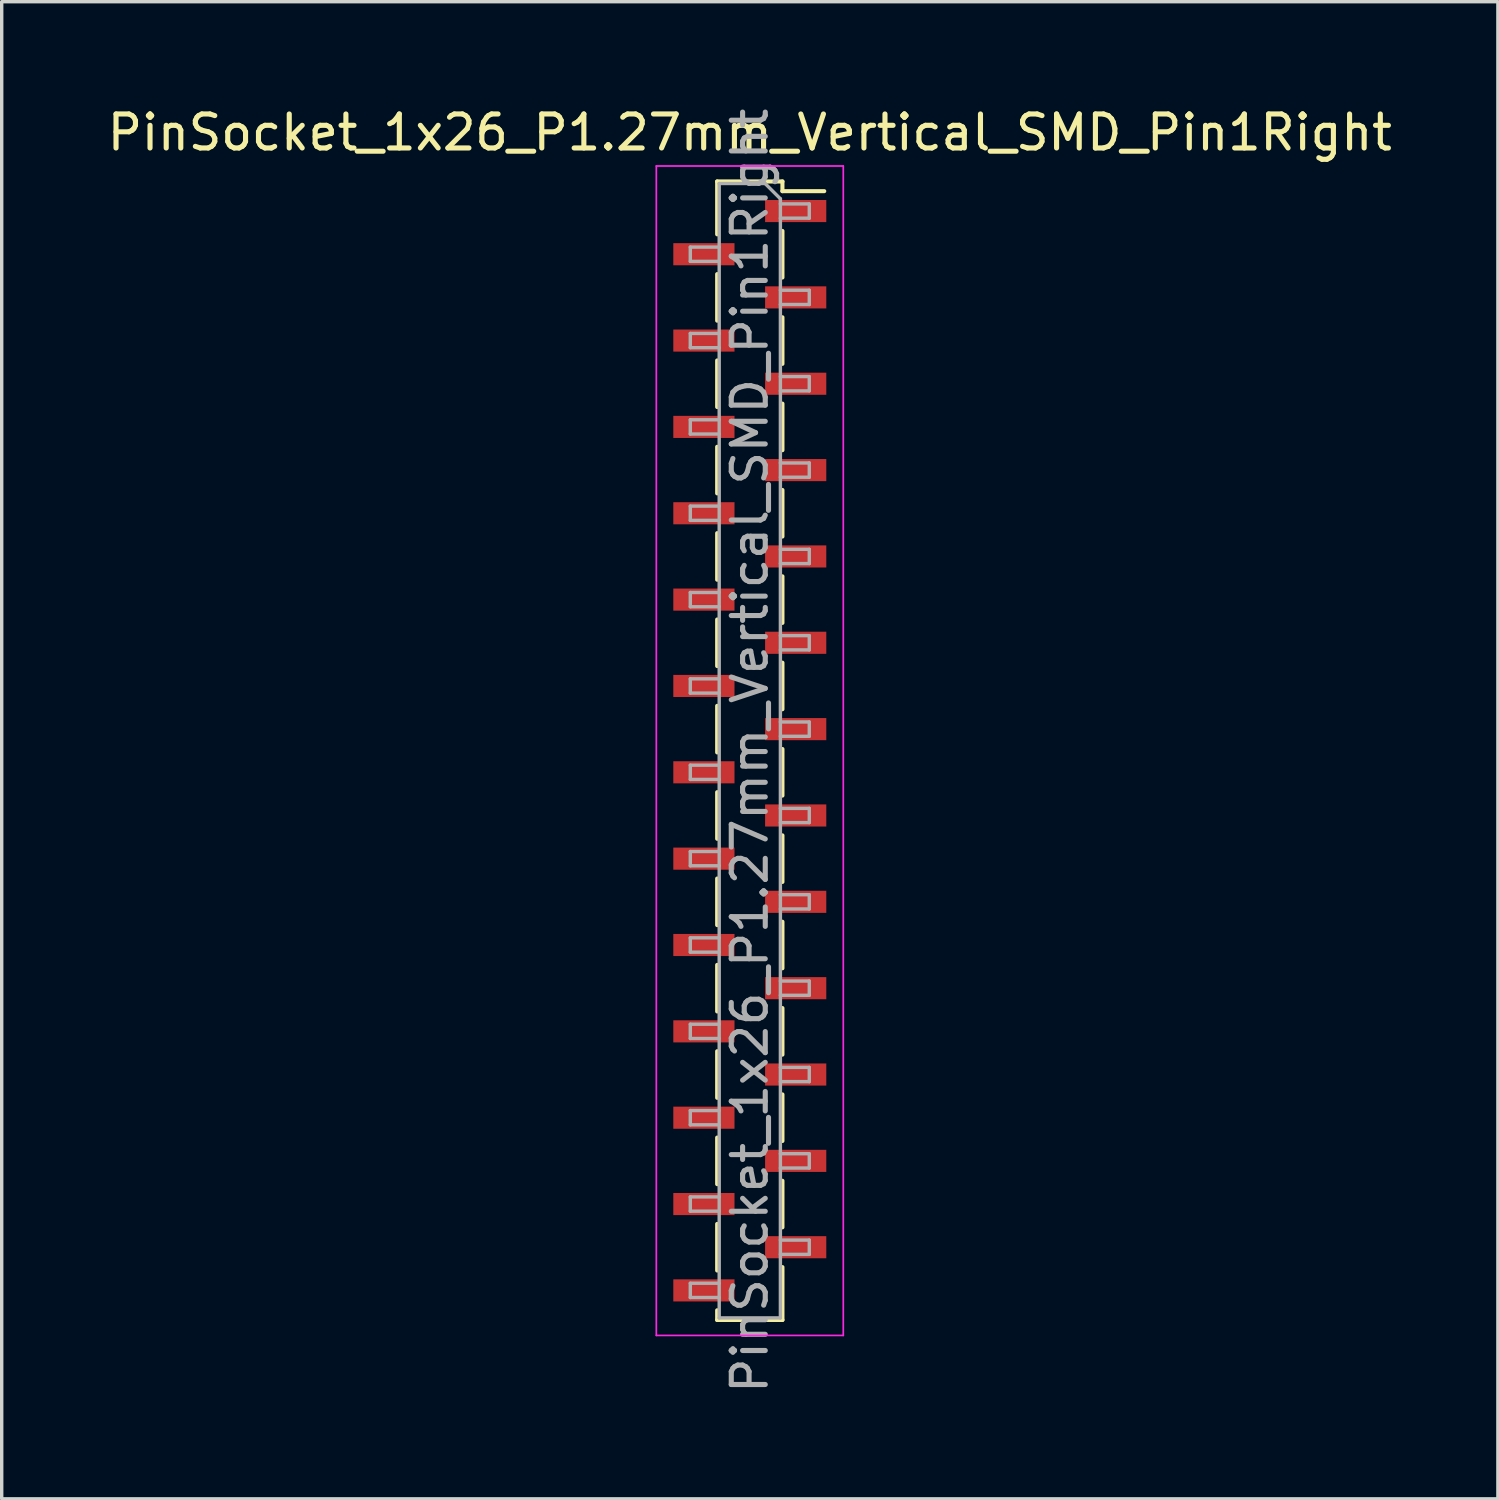
<source format=kicad_pcb>
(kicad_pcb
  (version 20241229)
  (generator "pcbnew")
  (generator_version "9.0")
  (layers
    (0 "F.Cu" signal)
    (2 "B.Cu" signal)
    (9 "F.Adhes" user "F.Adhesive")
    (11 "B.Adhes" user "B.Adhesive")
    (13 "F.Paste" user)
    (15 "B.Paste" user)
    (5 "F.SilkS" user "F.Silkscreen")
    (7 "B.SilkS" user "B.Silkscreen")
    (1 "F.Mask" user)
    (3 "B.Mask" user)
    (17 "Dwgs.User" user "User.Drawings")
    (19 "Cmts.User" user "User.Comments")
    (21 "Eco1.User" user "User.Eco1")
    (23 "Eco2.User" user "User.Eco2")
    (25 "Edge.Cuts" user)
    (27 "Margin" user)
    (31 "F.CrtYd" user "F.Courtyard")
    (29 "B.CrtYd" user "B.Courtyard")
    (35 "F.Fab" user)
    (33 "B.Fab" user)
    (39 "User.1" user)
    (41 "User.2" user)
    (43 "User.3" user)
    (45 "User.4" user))
  (footprint "PinSocket_1x26_P1.27mm_Vertical_SMD_Pin1Right"
    (layer "F.Cu")
    (at 19.006 19.033)
    (property "Reference" "PinSocket_1x26_P1.27mm_Vertical_SMD_Pin1Right" (at 0 -18.185 0) (layer "F.SilkS") (effects (font (size 1 1) (thickness 0.15))))
    (attr smd)
    (fp_line (start -0.96 -16.745) (end -0.96 -15.19) (stroke (width 0.12) (type solid)) (layer "F.SilkS"))
    (fp_line (start -0.96 -16.745) (end 0.96 -16.745) (stroke (width 0.12) (type solid)) (layer "F.SilkS"))
    (fp_line (start -0.96 -14.02) (end -0.96 -12.65) (stroke (width 0.12) (type solid)) (layer "F.SilkS"))
    (fp_line (start -0.96 -11.48) (end -0.96 -10.11) (stroke (width 0.12) (type solid)) (layer "F.SilkS"))
    (fp_line (start -0.96 -8.94) (end -0.96 -7.57) (stroke (width 0.12) (type solid)) (layer "F.SilkS"))
    (fp_line (start -0.96 -6.4) (end -0.96 -5.03) (stroke (width 0.12) (type solid)) (layer "F.SilkS"))
    (fp_line (start -0.96 -3.86) (end -0.96 -2.49) (stroke (width 0.12) (type solid)) (layer "F.SilkS"))
    (fp_line (start -0.96 -1.32) (end -0.96 0.05) (stroke (width 0.12) (type solid)) (layer "F.SilkS"))
    (fp_line (start -0.96 1.22) (end -0.96 2.59) (stroke (width 0.12) (type solid)) (layer "F.SilkS"))
    (fp_line (start -0.96 3.76) (end -0.96 5.13) (stroke (width 0.12) (type solid)) (layer "F.SilkS"))
    (fp_line (start -0.96 6.3) (end -0.96 7.67) (stroke (width 0.12) (type solid)) (layer "F.SilkS"))
    (fp_line (start -0.96 8.84) (end -0.96 10.21) (stroke (width 0.12) (type solid)) (layer "F.SilkS"))
    (fp_line (start -0.96 11.38) (end -0.96 12.75) (stroke (width 0.12) (type solid)) (layer "F.SilkS"))
    (fp_line (start -0.96 13.92) (end -0.96 15.29) (stroke (width 0.12) (type solid)) (layer "F.SilkS"))
    (fp_line (start -0.96 16.46) (end -0.96 16.745) (stroke (width 0.12) (type solid)) (layer "F.SilkS"))
    (fp_line (start -0.96 16.745) (end 0.96 16.745) (stroke (width 0.12) (type solid)) (layer "F.SilkS"))
    (fp_line (start 0.96 -16.745) (end 0.96 -16.46) (stroke (width 0.12) (type solid)) (layer "F.SilkS"))
    (fp_line (start 0.96 -16.46) (end 2.19 -16.46) (stroke (width 0.12) (type solid)) (layer "F.SilkS"))
    (fp_line (start 0.96 -15.29) (end 0.96 -13.92) (stroke (width 0.12) (type solid)) (layer "F.SilkS"))
    (fp_line (start 0.96 -12.75) (end 0.96 -11.38) (stroke (width 0.12) (type solid)) (layer "F.SilkS"))
    (fp_line (start 0.96 -10.21) (end 0.96 -8.84) (stroke (width 0.12) (type solid)) (layer "F.SilkS"))
    (fp_line (start 0.96 -7.67) (end 0.96 -6.3) (stroke (width 0.12) (type solid)) (layer "F.SilkS"))
    (fp_line (start 0.96 -5.13) (end 0.96 -3.76) (stroke (width 0.12) (type solid)) (layer "F.SilkS"))
    (fp_line (start 0.96 -2.59) (end 0.96 -1.22) (stroke (width 0.12) (type solid)) (layer "F.SilkS"))
    (fp_line (start 0.96 -0.05) (end 0.96 1.32) (stroke (width 0.12) (type solid)) (layer "F.SilkS"))
    (fp_line (start 0.96 2.49) (end 0.96 3.86) (stroke (width 0.12) (type solid)) (layer "F.SilkS"))
    (fp_line (start 0.96 5.03) (end 0.96 6.4) (stroke (width 0.12) (type solid)) (layer "F.SilkS"))
    (fp_line (start 0.96 7.57) (end 0.96 8.94) (stroke (width 0.12) (type solid)) (layer "F.SilkS"))
    (fp_line (start 0.96 10.11) (end 0.96 11.48) (stroke (width 0.12) (type solid)) (layer "F.SilkS"))
    (fp_line (start 0.96 12.65) (end 0.96 14.02) (stroke (width 0.12) (type solid)) (layer "F.SilkS"))
    (fp_line (start 0.96 15.19) (end 0.96 16.745) (stroke (width 0.12) (type solid)) (layer "F.SilkS"))
    (fp_line (start -2.75 -17.2) (end 2.75 -17.2) (stroke (width 0.05) (type solid)) (layer "F.CrtYd"))
    (fp_line (start -2.75 17.2) (end -2.75 -17.2) (stroke (width 0.05) (type solid)) (layer "F.CrtYd"))
    (fp_line (start 2.75 -17.2) (end 2.75 17.2) (stroke (width 0.05) (type solid)) (layer "F.CrtYd"))
    (fp_line (start 2.75 17.2) (end -2.75 17.2) (stroke (width 0.05) (type solid)) (layer "F.CrtYd"))
    (fp_line (start -1.75 -14.815) (end -0.9 -14.815) (stroke (width 0.1) (type solid)) (layer "F.Fab"))
    (fp_line (start -1.75 -14.395) (end -1.75 -14.815) (stroke (width 0.1) (type solid)) (layer "F.Fab"))
    (fp_line (start -1.75 -12.275) (end -0.9 -12.275) (stroke (width 0.1) (type solid)) (layer "F.Fab"))
    (fp_line (start -1.75 -11.855) (end -1.75 -12.275) (stroke (width 0.1) (type solid)) (layer "F.Fab"))
    (fp_line (start -1.75 -9.735) (end -0.9 -9.735) (stroke (width 0.1) (type solid)) (layer "F.Fab"))
    (fp_line (start -1.75 -9.315) (end -1.75 -9.735) (stroke (width 0.1) (type solid)) (layer "F.Fab"))
    (fp_line (start -1.75 -7.195) (end -0.9 -7.195) (stroke (width 0.1) (type solid)) (layer "F.Fab"))
    (fp_line (start -1.75 -6.775) (end -1.75 -7.195) (stroke (width 0.1) (type solid)) (layer "F.Fab"))
    (fp_line (start -1.75 -4.655) (end -0.9 -4.655) (stroke (width 0.1) (type solid)) (layer "F.Fab"))
    (fp_line (start -1.75 -4.235) (end -1.75 -4.655) (stroke (width 0.1) (type solid)) (layer "F.Fab"))
    (fp_line (start -1.75 -2.115) (end -0.9 -2.115) (stroke (width 0.1) (type solid)) (layer "F.Fab"))
    (fp_line (start -1.75 -1.695) (end -1.75 -2.115) (stroke (width 0.1) (type solid)) (layer "F.Fab"))
    (fp_line (start -1.75 0.425) (end -0.9 0.425) (stroke (width 0.1) (type solid)) (layer "F.Fab"))
    (fp_line (start -1.75 0.845) (end -1.75 0.425) (stroke (width 0.1) (type solid)) (layer "F.Fab"))
    (fp_line (start -1.75 2.965) (end -0.9 2.965) (stroke (width 0.1) (type solid)) (layer "F.Fab"))
    (fp_line (start -1.75 3.385) (end -1.75 2.965) (stroke (width 0.1) (type solid)) (layer "F.Fab"))
    (fp_line (start -1.75 5.505) (end -0.9 5.505) (stroke (width 0.1) (type solid)) (layer "F.Fab"))
    (fp_line (start -1.75 5.925) (end -1.75 5.505) (stroke (width 0.1) (type solid)) (layer "F.Fab"))
    (fp_line (start -1.75 8.045) (end -0.9 8.045) (stroke (width 0.1) (type solid)) (layer "F.Fab"))
    (fp_line (start -1.75 8.465) (end -1.75 8.045) (stroke (width 0.1) (type solid)) (layer "F.Fab"))
    (fp_line (start -1.75 10.585) (end -0.9 10.585) (stroke (width 0.1) (type solid)) (layer "F.Fab"))
    (fp_line (start -1.75 11.005) (end -1.75 10.585) (stroke (width 0.1) (type solid)) (layer "F.Fab"))
    (fp_line (start -1.75 13.125) (end -0.9 13.125) (stroke (width 0.1) (type solid)) (layer "F.Fab"))
    (fp_line (start -1.75 13.545) (end -1.75 13.125) (stroke (width 0.1) (type solid)) (layer "F.Fab"))
    (fp_line (start -1.75 15.665) (end -0.9 15.665) (stroke (width 0.1) (type solid)) (layer "F.Fab"))
    (fp_line (start -1.75 16.085) (end -1.75 15.665) (stroke (width 0.1) (type solid)) (layer "F.Fab"))
    (fp_line (start -0.9 -16.685) (end 0.45 -16.685) (stroke (width 0.1) (type solid)) (layer "F.Fab"))
    (fp_line (start -0.9 -14.395) (end -1.75 -14.395) (stroke (width 0.1) (type solid)) (layer "F.Fab"))
    (fp_line (start -0.9 -11.855) (end -1.75 -11.855) (stroke (width 0.1) (type solid)) (layer "F.Fab"))
    (fp_line (start -0.9 -9.315) (end -1.75 -9.315) (stroke (width 0.1) (type solid)) (layer "F.Fab"))
    (fp_line (start -0.9 -6.775) (end -1.75 -6.775) (stroke (width 0.1) (type solid)) (layer "F.Fab"))
    (fp_line (start -0.9 -4.235) (end -1.75 -4.235) (stroke (width 0.1) (type solid)) (layer "F.Fab"))
    (fp_line (start -0.9 -1.695) (end -1.75 -1.695) (stroke (width 0.1) (type solid)) (layer "F.Fab"))
    (fp_line (start -0.9 0.845) (end -1.75 0.845) (stroke (width 0.1) (type solid)) (layer "F.Fab"))
    (fp_line (start -0.9 3.385) (end -1.75 3.385) (stroke (width 0.1) (type solid)) (layer "F.Fab"))
    (fp_line (start -0.9 5.925) (end -1.75 5.925) (stroke (width 0.1) (type solid)) (layer "F.Fab"))
    (fp_line (start -0.9 8.465) (end -1.75 8.465) (stroke (width 0.1) (type solid)) (layer "F.Fab"))
    (fp_line (start -0.9 11.005) (end -1.75 11.005) (stroke (width 0.1) (type solid)) (layer "F.Fab"))
    (fp_line (start -0.9 13.545) (end -1.75 13.545) (stroke (width 0.1) (type solid)) (layer "F.Fab"))
    (fp_line (start -0.9 16.085) (end -1.75 16.085) (stroke (width 0.1) (type solid)) (layer "F.Fab"))
    (fp_line (start -0.9 16.685) (end -0.9 -16.685) (stroke (width 0.1) (type solid)) (layer "F.Fab"))
    (fp_line (start 0.45 -16.685) (end 0.9 -16.235) (stroke (width 0.1) (type solid)) (layer "F.Fab"))
    (fp_line (start 0.9 -16.235) (end 0.9 16.685) (stroke (width 0.1) (type solid)) (layer "F.Fab"))
    (fp_line (start 0.9 -16.085) (end 1.75 -16.085) (stroke (width 0.1) (type solid)) (layer "F.Fab"))
    (fp_line (start 0.9 -13.545) (end 1.75 -13.545) (stroke (width 0.1) (type solid)) (layer "F.Fab"))
    (fp_line (start 0.9 -11.005) (end 1.75 -11.005) (stroke (width 0.1) (type solid)) (layer "F.Fab"))
    (fp_line (start 0.9 -8.465) (end 1.75 -8.465) (stroke (width 0.1) (type solid)) (layer "F.Fab"))
    (fp_line (start 0.9 -5.925) (end 1.75 -5.925) (stroke (width 0.1) (type solid)) (layer "F.Fab"))
    (fp_line (start 0.9 -3.385) (end 1.75 -3.385) (stroke (width 0.1) (type solid)) (layer "F.Fab"))
    (fp_line (start 0.9 -0.845) (end 1.75 -0.845) (stroke (width 0.1) (type solid)) (layer "F.Fab"))
    (fp_line (start 0.9 1.695) (end 1.75 1.695) (stroke (width 0.1) (type solid)) (layer "F.Fab"))
    (fp_line (start 0.9 4.235) (end 1.75 4.235) (stroke (width 0.1) (type solid)) (layer "F.Fab"))
    (fp_line (start 0.9 6.775) (end 1.75 6.775) (stroke (width 0.1) (type solid)) (layer "F.Fab"))
    (fp_line (start 0.9 9.315) (end 1.75 9.315) (stroke (width 0.1) (type solid)) (layer "F.Fab"))
    (fp_line (start 0.9 11.855) (end 1.75 11.855) (stroke (width 0.1) (type solid)) (layer "F.Fab"))
    (fp_line (start 0.9 14.395) (end 1.75 14.395) (stroke (width 0.1) (type solid)) (layer "F.Fab"))
    (fp_line (start 0.9 16.685) (end -0.9 16.685) (stroke (width 0.1) (type solid)) (layer "F.Fab"))
    (fp_line (start 1.75 -16.085) (end 1.75 -15.665) (stroke (width 0.1) (type solid)) (layer "F.Fab"))
    (fp_line (start 1.75 -15.665) (end 0.9 -15.665) (stroke (width 0.1) (type solid)) (layer "F.Fab"))
    (fp_line (start 1.75 -13.545) (end 1.75 -13.125) (stroke (width 0.1) (type solid)) (layer "F.Fab"))
    (fp_line (start 1.75 -13.125) (end 0.9 -13.125) (stroke (width 0.1) (type solid)) (layer "F.Fab"))
    (fp_line (start 1.75 -11.005) (end 1.75 -10.585) (stroke (width 0.1) (type solid)) (layer "F.Fab"))
    (fp_line (start 1.75 -10.585) (end 0.9 -10.585) (stroke (width 0.1) (type solid)) (layer "F.Fab"))
    (fp_line (start 1.75 -8.465) (end 1.75 -8.045) (stroke (width 0.1) (type solid)) (layer "F.Fab"))
    (fp_line (start 1.75 -8.045) (end 0.9 -8.045) (stroke (width 0.1) (type solid)) (layer "F.Fab"))
    (fp_line (start 1.75 -5.925) (end 1.75 -5.505) (stroke (width 0.1) (type solid)) (layer "F.Fab"))
    (fp_line (start 1.75 -5.505) (end 0.9 -5.505) (stroke (width 0.1) (type solid)) (layer "F.Fab"))
    (fp_line (start 1.75 -3.385) (end 1.75 -2.965) (stroke (width 0.1) (type solid)) (layer "F.Fab"))
    (fp_line (start 1.75 -2.965) (end 0.9 -2.965) (stroke (width 0.1) (type solid)) (layer "F.Fab"))
    (fp_line (start 1.75 -0.845) (end 1.75 -0.425) (stroke (width 0.1) (type solid)) (layer "F.Fab"))
    (fp_line (start 1.75 -0.425) (end 0.9 -0.425) (stroke (width 0.1) (type solid)) (layer "F.Fab"))
    (fp_line (start 1.75 1.695) (end 1.75 2.115) (stroke (width 0.1) (type solid)) (layer "F.Fab"))
    (fp_line (start 1.75 2.115) (end 0.9 2.115) (stroke (width 0.1) (type solid)) (layer "F.Fab"))
    (fp_line (start 1.75 4.235) (end 1.75 4.655) (stroke (width 0.1) (type solid)) (layer "F.Fab"))
    (fp_line (start 1.75 4.655) (end 0.9 4.655) (stroke (width 0.1) (type solid)) (layer "F.Fab"))
    (fp_line (start 1.75 6.775) (end 1.75 7.195) (stroke (width 0.1) (type solid)) (layer "F.Fab"))
    (fp_line (start 1.75 7.195) (end 0.9 7.195) (stroke (width 0.1) (type solid)) (layer "F.Fab"))
    (fp_line (start 1.75 9.315) (end 1.75 9.735) (stroke (width 0.1) (type solid)) (layer "F.Fab"))
    (fp_line (start 1.75 9.735) (end 0.9 9.735) (stroke (width 0.1) (type solid)) (layer "F.Fab"))
    (fp_line (start 1.75 11.855) (end 1.75 12.275) (stroke (width 0.1) (type solid)) (layer "F.Fab"))
    (fp_line (start 1.75 12.275) (end 0.9 12.275) (stroke (width 0.1) (type solid)) (layer "F.Fab"))
    (fp_line (start 1.75 14.395) (end 1.75 14.815) (stroke (width 0.1) (type solid)) (layer "F.Fab"))
    (fp_line (start 1.75 14.815) (end 0.9 14.815) (stroke (width 0.1) (type solid)) (layer "F.Fab"))
    (fp_text user "${REFERENCE}" (at 0 0 90) (layer "F.Fab") (effects (font (size 1 1) (thickness 0.15))))
    (pad "1" smd rect (at 1.35 -15.875) (size 1.8 0.65) (layers "F.Cu" "F.Mask" "F.Paste"))
    (pad "2" smd rect (at -1.35 -14.605) (size 1.8 0.65) (layers "F.Cu" "F.Mask" "F.Paste"))
    (pad "3" smd rect (at 1.35 -13.335) (size 1.8 0.65) (layers "F.Cu" "F.Mask" "F.Paste"))
    (pad "4" smd rect (at -1.35 -12.065) (size 1.8 0.65) (layers "F.Cu" "F.Mask" "F.Paste"))
    (pad "5" smd rect (at 1.35 -10.795) (size 1.8 0.65) (layers "F.Cu" "F.Mask" "F.Paste"))
    (pad "6" smd rect (at -1.35 -9.525) (size 1.8 0.65) (layers "F.Cu" "F.Mask" "F.Paste"))
    (pad "7" smd rect (at 1.35 -8.255) (size 1.8 0.65) (layers "F.Cu" "F.Mask" "F.Paste"))
    (pad "8" smd rect (at -1.35 -6.985) (size 1.8 0.65) (layers "F.Cu" "F.Mask" "F.Paste"))
    (pad "9" smd rect (at 1.35 -5.715) (size 1.8 0.65) (layers "F.Cu" "F.Mask" "F.Paste"))
    (pad "10" smd rect (at -1.35 -4.445) (size 1.8 0.65) (layers "F.Cu" "F.Mask" "F.Paste"))
    (pad "11" smd rect (at 1.35 -3.175) (size 1.8 0.65) (layers "F.Cu" "F.Mask" "F.Paste"))
    (pad "12" smd rect (at -1.35 -1.905) (size 1.8 0.65) (layers "F.Cu" "F.Mask" "F.Paste"))
    (pad "13" smd rect (at 1.35 -0.635) (size 1.8 0.65) (layers "F.Cu" "F.Mask" "F.Paste"))
    (pad "14" smd rect (at -1.35 0.635) (size 1.8 0.65) (layers "F.Cu" "F.Mask" "F.Paste"))
    (pad "15" smd rect (at 1.35 1.905) (size 1.8 0.65) (layers "F.Cu" "F.Mask" "F.Paste"))
    (pad "16" smd rect (at -1.35 3.175) (size 1.8 0.65) (layers "F.Cu" "F.Mask" "F.Paste"))
    (pad "17" smd rect (at 1.35 4.445) (size 1.8 0.65) (layers "F.Cu" "F.Mask" "F.Paste"))
    (pad "18" smd rect (at -1.35 5.715) (size 1.8 0.65) (layers "F.Cu" "F.Mask" "F.Paste"))
    (pad "19" smd rect (at 1.35 6.985) (size 1.8 0.65) (layers "F.Cu" "F.Mask" "F.Paste"))
    (pad "20" smd rect (at -1.35 8.255) (size 1.8 0.65) (layers "F.Cu" "F.Mask" "F.Paste"))
    (pad "21" smd rect (at 1.35 9.525) (size 1.8 0.65) (layers "F.Cu" "F.Mask" "F.Paste"))
    (pad "22" smd rect (at -1.35 10.795) (size 1.8 0.65) (layers "F.Cu" "F.Mask" "F.Paste"))
    (pad "23" smd rect (at 1.35 12.065) (size 1.8 0.65) (layers "F.Cu" "F.Mask" "F.Paste"))
    (pad "24" smd rect (at -1.35 13.335) (size 1.8 0.65) (layers "F.Cu" "F.Mask" "F.Paste"))
    (pad "25" smd rect (at 1.35 14.605) (size 1.8 0.65) (layers "F.Cu" "F.Mask" "F.Paste"))
    (pad "26" smd rect (at -1.35 15.875) (size 1.8 0.65) (layers "F.Cu" "F.Mask" "F.Paste")))
  (gr_rect
    (start -3 -3)
    (end 41.012 41.039)
    (stroke (width 0.1) (type default))
    (fill no)
    (layer "Edge.Cuts")))
</source>
